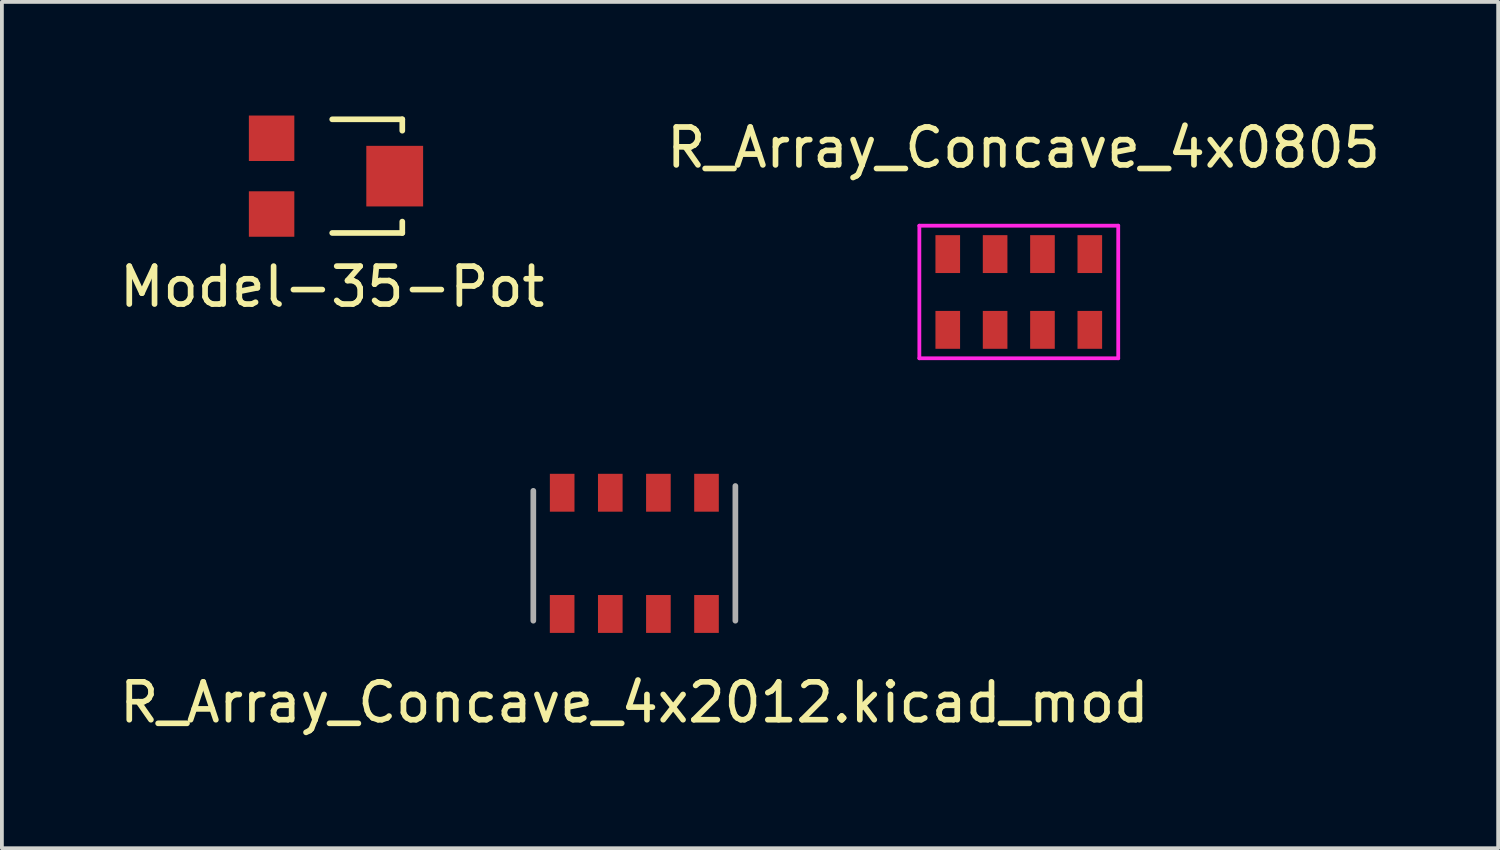
<source format=kicad_pcb>
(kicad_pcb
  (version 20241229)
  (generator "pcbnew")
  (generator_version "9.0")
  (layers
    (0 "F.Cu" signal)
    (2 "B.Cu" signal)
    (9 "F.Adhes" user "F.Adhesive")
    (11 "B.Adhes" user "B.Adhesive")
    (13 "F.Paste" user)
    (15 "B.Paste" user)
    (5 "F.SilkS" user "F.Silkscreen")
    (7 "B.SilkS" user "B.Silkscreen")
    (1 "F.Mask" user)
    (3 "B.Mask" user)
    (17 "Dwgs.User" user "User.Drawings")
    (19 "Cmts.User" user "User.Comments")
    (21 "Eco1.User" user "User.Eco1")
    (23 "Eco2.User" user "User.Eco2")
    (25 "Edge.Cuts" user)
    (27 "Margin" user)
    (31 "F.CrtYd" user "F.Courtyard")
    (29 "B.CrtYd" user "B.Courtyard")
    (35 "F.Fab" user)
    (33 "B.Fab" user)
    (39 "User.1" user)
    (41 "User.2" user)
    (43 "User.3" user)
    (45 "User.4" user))
  (footprint "Model-35-Pot"
    (layer "F.Cu")
    (at 5.72 1.6)
    (property "Reference" "Model-35-Pot" (at 0 2.921 0) (layer "F.SilkS") (effects (font (size 1 1) (thickness 0.15))))
    (attr through_hole)
    (fp_line (start 0 -1.5) (end 1.85 -1.5) (stroke (width 0.15) (type solid)) (layer "F.SilkS"))
    (fp_line (start 0 1.5) (end 1.85 1.5) (stroke (width 0.15) (type solid)) (layer "F.SilkS"))
    (fp_line (start 1.85 -1.5) (end 1.85 -1.2) (stroke (width 0.15) (type solid)) (layer "F.SilkS"))
    (fp_line (start 1.85 1.5) (end 1.85 1.2) (stroke (width 0.15) (type solid)) (layer "F.SilkS"))
    (pad "1" smd rect (at -1.6 -1) (size 1.2 1.2) (layers "F.Cu" "F.Mask" "F.Paste"))
    (pad "2" smd rect (at 1.65 0) (size 1.5 1.6) (layers "F.Cu" "F.Mask" "F.Paste"))
    (pad "3" smd rect (at -1.6 1) (size 1.2 1.2) (layers "F.Cu" "F.Mask" "F.Paste")))
  (footprint "R_Array_Concave_4x0805"
    (layer "F.Cu")
    (at 23.97 4.658)
    (property "Reference" "R_Array_Concave_4x0805" (at 0 -3.81 0) (layer "F.SilkS") (effects (font (size 1 1) (thickness 0.15))))
    (attr through_hole)
    (fp_line (start -2.75 -1.75) (end -2.75 1.75) (stroke (width 0.1) (type solid)) (layer "F.CrtYd"))
    (fp_line (start -2.75 1.75) (end 2.5 1.75) (stroke (width 0.1) (type solid)) (layer "F.CrtYd"))
    (fp_line (start 2.5 -1.75) (end -2.75 -1.75) (stroke (width 0.1) (type solid)) (layer "F.CrtYd"))
    (fp_line (start 2.5 1.75) (end 2.5 -1.75) (stroke (width 0.1) (type solid)) (layer "F.CrtYd"))
    (pad "1" smd rect (at -2 1) (size 0.65 1) (layers "F.Cu" "F.Mask" "F.Paste"))
    (pad "2" smd rect (at -0.75 1) (size 0.65 1) (layers "F.Cu" "F.Mask" "F.Paste"))
    (pad "3" smd rect (at 0.5 1) (size 0.65 1) (layers "F.Cu" "F.Mask" "F.Paste"))
    (pad "4" smd rect (at 1.75 1) (size 0.65 1) (layers "F.Cu" "F.Mask" "F.Paste"))
    (pad "5" smd rect (at 1.75 -1) (size 0.65 1) (layers "F.Cu" "F.Mask" "F.Paste"))
    (pad "6" smd rect (at 0.5 -1) (size 0.65 1) (layers "F.Cu" "F.Mask" "F.Paste"))
    (pad "7" smd rect (at -0.75 -1) (size 0.65 1) (layers "F.Cu" "F.Mask" "F.Paste"))
    (pad "8" smd rect (at -2 -1) (size 0.65 1) (layers "F.Cu" "F.Mask" "F.Paste")))
  (footprint "R_Array_Concave_4x2012.kicad_mod"
    (layer "F.Cu")
    (at 13.696 11.558)
    (property "Reference" "R_Array_Concave_4x2012.kicad_mod" (at 0 3.937 0) (layer "F.SilkS") (effects (font (size 1 1) (thickness 0.15))))
    (attr through_hole)
    (fp_line (start -2.667 -1.651) (end -2.667 1.778) (stroke (width 0.15) (type solid)) (layer "F.Fab"))
    (fp_line (start 2.667 -1.778) (end 2.667 1.778) (stroke (width 0.15) (type solid)) (layer "F.Fab"))
    (pad "1" smd rect (at -1.906 1.6) (size 0.65 1) (layers "F.Cu" "F.Mask" "F.Paste"))
    (pad "2" smd rect (at -0.635 1.6) (size 0.65 1) (layers "F.Cu" "F.Mask" "F.Paste"))
    (pad "3" smd rect (at 0.635 1.6) (size 0.65 1) (layers "F.Cu" "F.Mask" "F.Paste"))
    (pad "4" smd rect (at 1.905 1.6) (size 0.65 1) (layers "F.Cu" "F.Mask" "F.Paste"))
    (pad "5" smd rect (at 1.905 -1.6) (size 0.65 1) (layers "F.Cu" "F.Mask" "F.Paste"))
    (pad "6" smd rect (at 0.635 -1.6) (size 0.65 1) (layers "F.Cu" "F.Mask" "F.Paste"))
    (pad "7" smd rect (at -0.635 -1.6) (size 0.65 1) (layers "F.Cu" "F.Mask" "F.Paste"))
    (pad "8" smd rect (at -1.905 -1.6) (size 0.65 1) (layers "F.Cu" "F.Mask" "F.Paste")))
  (gr_rect
    (start -3 -3)
    (end 36.5 19.343)
    (stroke (width 0.1) (type default))
    (fill no)
    (layer "Edge.Cuts")))
</source>
